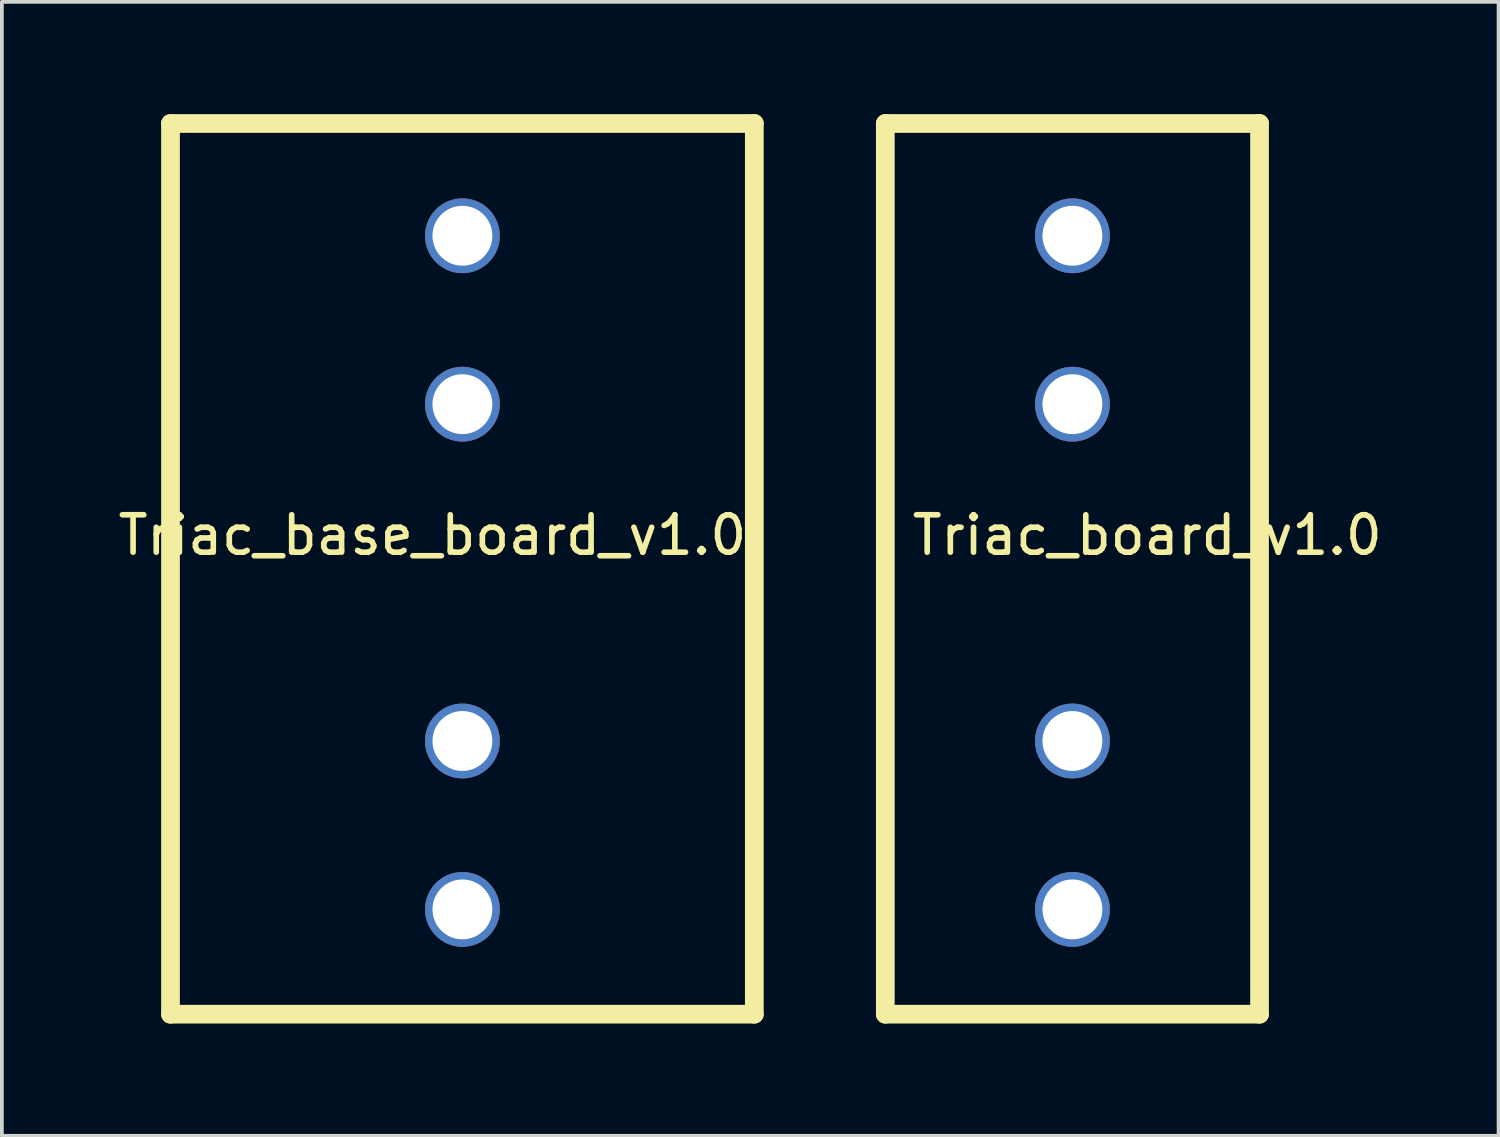
<source format=kicad_pcb>
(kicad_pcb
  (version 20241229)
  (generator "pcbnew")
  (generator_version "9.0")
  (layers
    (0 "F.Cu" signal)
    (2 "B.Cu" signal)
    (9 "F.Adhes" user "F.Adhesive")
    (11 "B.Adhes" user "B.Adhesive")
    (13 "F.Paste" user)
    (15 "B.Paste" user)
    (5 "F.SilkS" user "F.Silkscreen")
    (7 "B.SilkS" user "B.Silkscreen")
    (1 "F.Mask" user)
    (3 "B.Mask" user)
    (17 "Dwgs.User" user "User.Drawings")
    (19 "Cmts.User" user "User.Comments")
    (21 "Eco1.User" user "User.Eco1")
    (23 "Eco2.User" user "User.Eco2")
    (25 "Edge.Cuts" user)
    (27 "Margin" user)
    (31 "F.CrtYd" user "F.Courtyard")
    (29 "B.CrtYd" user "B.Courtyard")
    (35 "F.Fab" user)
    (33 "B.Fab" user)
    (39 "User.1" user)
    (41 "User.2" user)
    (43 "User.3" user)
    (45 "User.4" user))
  (footprint "Triac_base_board_v1.0"
    (layer "F.Cu")
    (at 1.506 0.25)
    (property "Reference" "Triac_base_board_v1.0" (at 7 11 0) (layer "F.SilkS") (effects (font (size 1 1) (thickness 0.15))))
    (attr through_hole)
    (fp_line (start 0 0) (end 15.6 0) (stroke (width 0.5) (type solid)) (layer "F.SilkS"))
    (fp_line (start 0 23.8) (end 0 0) (stroke (width 0.5) (type solid)) (layer "F.SilkS"))
    (fp_line (start 15.6 0) (end 15.6 23.8) (stroke (width 0.5) (type solid)) (layer "F.SilkS"))
    (fp_line (start 15.6 23.8) (end 0 23.8) (stroke (width 0.5) (type solid)) (layer "F.SilkS"))
    (pad "1" thru_hole circle (at 7.8 3 180) (size 2 2) (drill 1.6) (layers "*.Cu" "*.Mask"))
    (pad "2" thru_hole circle (at 7.8 7.5 180) (size 2 2) (drill 1.6) (layers "*.Cu" "*.Mask"))
    (pad "3" thru_hole circle (at 7.8 16.5 180) (size 2 2) (drill 1.6) (layers "*.Cu" "*.Mask"))
    (pad "4" thru_hole circle (at 7.8 21 180) (size 2 2) (drill 1.6) (layers "*.Cu" "*.Mask")))
  (footprint "Triac_board_v1.0"
    (layer "F.Cu")
    (at 20.606 0.25)
    (property "Reference" "Triac_board_v1.0" (at 7 11 0) (layer "F.SilkS") (effects (font (size 1 1) (thickness 0.15))))
    (attr through_hole)
    (fp_line (start 0 0) (end 10 0) (stroke (width 0.5) (type solid)) (layer "F.SilkS"))
    (fp_line (start 0 23.8) (end 0 0) (stroke (width 0.5) (type solid)) (layer "F.SilkS"))
    (fp_line (start 10 0) (end 10 23.8) (stroke (width 0.5) (type solid)) (layer "F.SilkS"))
    (fp_line (start 10 23.8) (end 0 23.8) (stroke (width 0.5) (type solid)) (layer "F.SilkS"))
    (pad "1" thru_hole circle (at 5 3 180) (size 2 2) (drill 1.6) (layers "*.Cu" "*.Mask"))
    (pad "2" thru_hole circle (at 5 7.5 180) (size 2 2) (drill 1.6) (layers "*.Cu" "*.Mask"))
    (pad "3" thru_hole circle (at 5 16.5 180) (size 2 2) (drill 1.6) (layers "*.Cu" "*.Mask"))
    (pad "4" thru_hole circle (at 5 21 180) (size 2 2) (drill 1.6) (layers "*.Cu" "*.Mask")))
  (gr_rect
    (start -3 -3)
    (end 36.993 27.3)
    (stroke (width 0.1) (type default))
    (fill no)
    (layer "Edge.Cuts")))
</source>
